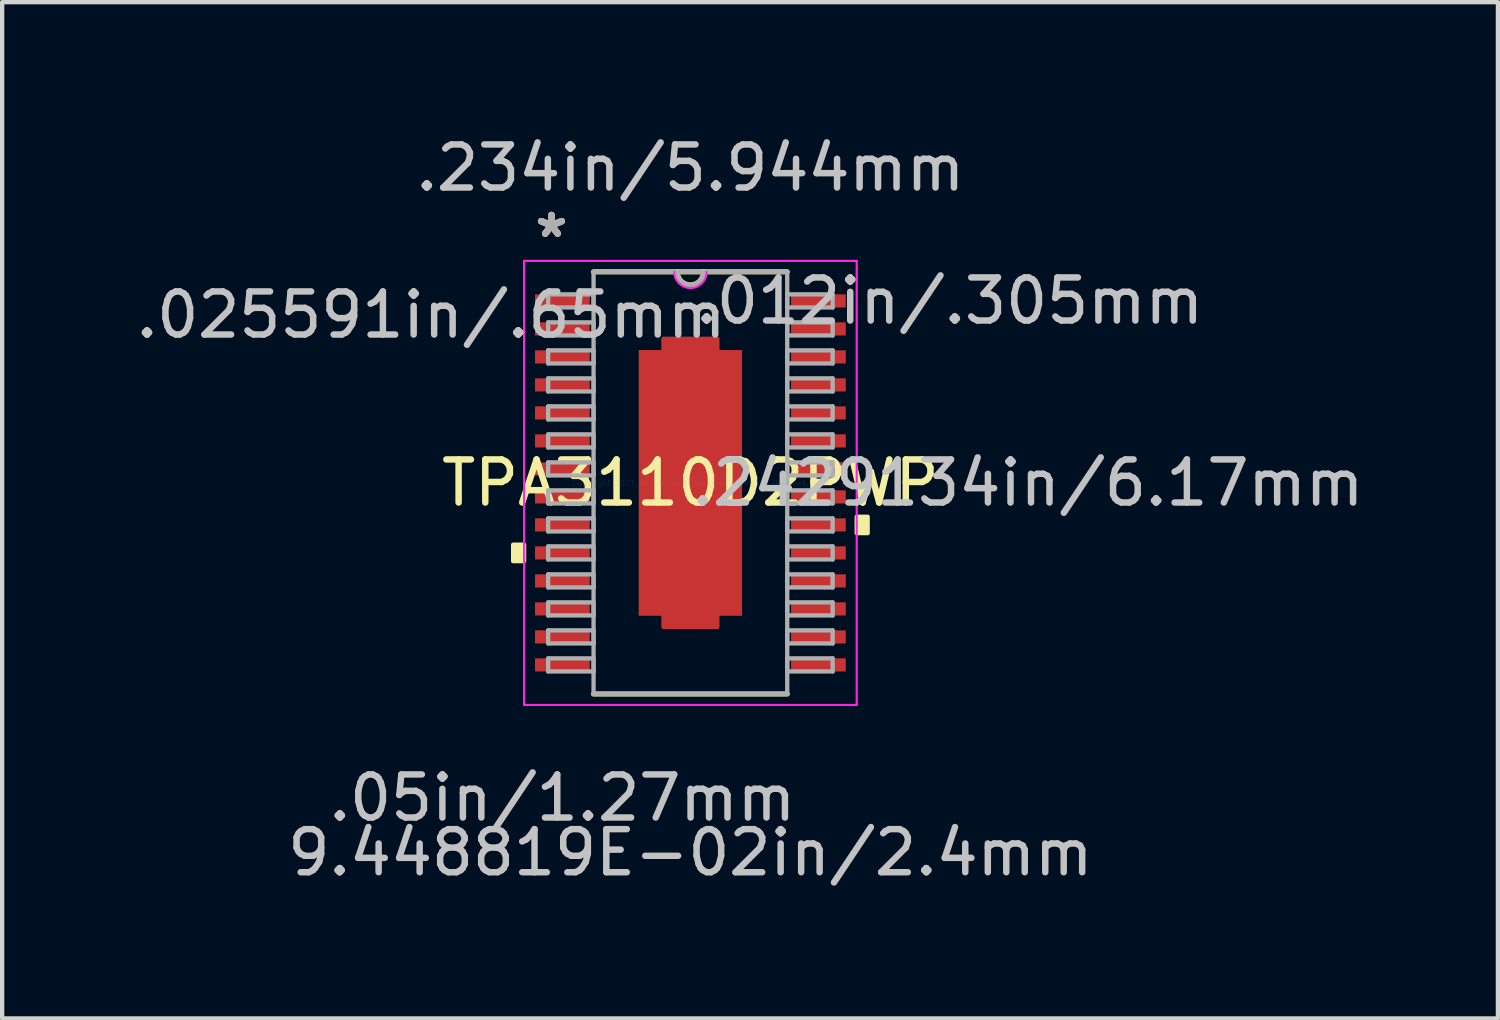
<source format=kicad_pcb>
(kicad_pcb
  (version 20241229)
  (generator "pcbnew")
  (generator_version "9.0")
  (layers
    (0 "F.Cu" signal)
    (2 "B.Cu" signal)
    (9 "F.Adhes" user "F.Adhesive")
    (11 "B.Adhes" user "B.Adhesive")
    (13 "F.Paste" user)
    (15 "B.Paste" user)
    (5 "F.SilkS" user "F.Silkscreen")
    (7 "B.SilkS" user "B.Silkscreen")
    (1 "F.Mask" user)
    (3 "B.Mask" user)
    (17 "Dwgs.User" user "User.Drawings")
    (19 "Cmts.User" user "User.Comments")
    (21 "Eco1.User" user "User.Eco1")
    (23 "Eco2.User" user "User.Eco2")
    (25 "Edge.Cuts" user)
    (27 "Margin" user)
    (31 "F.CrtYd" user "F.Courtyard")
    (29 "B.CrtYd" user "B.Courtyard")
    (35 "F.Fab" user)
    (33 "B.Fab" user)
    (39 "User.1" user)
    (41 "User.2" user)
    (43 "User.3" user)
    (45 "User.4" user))
  (footprint "TPA3110D2PWP"
    (layer "F.Cu")
    (at 12.978 8.161)
    (property "Reference" "TPA3110D2PWP" (at 0 0 0) (layer "F.SilkS") (effects (font (size 1 1) (thickness 0.15))))
    (attr through_hole)
    (fp_poly (pts (xy -0.625 -3.085) (xy -0.625 -3.345) (xy 0.625 -3.345) (xy 0.625 -3.085)) (stroke (width 0.1) (type solid)) (fill yes) (layer "F.Cu"))
    (fp_poly (pts (xy -0.625 3.085) (xy -0.625 3.345) (xy 0.625 3.345) (xy 0.625 3.085)) (stroke (width 0.1) (type solid)) (fill yes) (layer "F.Cu"))
    (fp_poly (pts (xy -0.625 -3.085) (xy -0.625 -3.345) (xy 0.625 -3.345) (xy 0.625 -3.085)) (stroke (width 0.1) (type solid)) (fill yes) (layer "F.Mask"))
    (fp_poly (pts (xy -0.625 3.085) (xy -0.625 3.345) (xy 0.625 3.345) (xy 0.625 3.085)) (stroke (width 0.1) (type solid)) (fill yes) (layer "F.Mask"))
    (fp_line (start -2.248 4.9) (end 2.248 4.9) (stroke (width 0.12) (type solid)) (layer "F.SilkS"))
    (fp_line (start 2.248 -4.9) (end -2.248 -4.9) (stroke (width 0.12) (type solid)) (layer "F.SilkS"))
    (fp_arc (start 0.3048 -4.900003) (mid 0 -4.595203) (end -0.3048 -4.900003) (stroke (width 0.12) (type solid)) (layer "F.SilkS"))
    (fp_poly (pts (xy -4.115 1.435) (xy -4.115 1.816) (xy -3.861 1.816) (xy -3.861 1.435)) (stroke (width 0.1) (type solid)) (fill yes) (layer "F.SilkS"))
    (fp_poly (pts (xy 4.115 0.785) (xy 4.115 1.166) (xy 3.861 1.166) (xy 3.861 0.785)) (stroke (width 0.1) (type solid)) (fill yes) (layer "F.SilkS"))
    (fp_line (start -3.861 -5.154) (end 3.861 -5.154) (stroke (width 0.05) (type solid)) (layer "F.CrtYd"))
    (fp_line (start -3.861 5.154) (end -3.861 -5.154) (stroke (width 0.05) (type solid)) (layer "F.CrtYd"))
    (fp_line (start 3.861 -5.154) (end 3.861 5.154) (stroke (width 0.05) (type solid)) (layer "F.CrtYd"))
    (fp_line (start 3.861 5.154) (end -3.861 5.154) (stroke (width 0.05) (type solid)) (layer "F.CrtYd"))
    (fp_arc (start 0.37465 -4.900003) (mid 0 -4.525353) (end -0.37465 -4.900003) (stroke (width 0.05) (type solid)) (layer "F.CrtYd"))
    (fp_line (start -3.302 -4.377) (end -3.302 -4.073) (stroke (width 0.1) (type solid)) (layer "F.Fab"))
    (fp_line (start -3.302 -4.073) (end -2.248 -4.073) (stroke (width 0.1) (type solid)) (layer "F.Fab"))
    (fp_line (start -3.302 -3.727) (end -3.302 -3.423) (stroke (width 0.1) (type solid)) (layer "F.Fab"))
    (fp_line (start -3.302 -3.423) (end -2.248 -3.423) (stroke (width 0.1) (type solid)) (layer "F.Fab"))
    (fp_line (start -3.302 -3.077) (end -3.302 -2.773) (stroke (width 0.1) (type solid)) (layer "F.Fab"))
    (fp_line (start -3.302 -2.773) (end -2.248 -2.773) (stroke (width 0.1) (type solid)) (layer "F.Fab"))
    (fp_line (start -3.302 -2.427) (end -3.302 -2.123) (stroke (width 0.1) (type solid)) (layer "F.Fab"))
    (fp_line (start -3.302 -2.123) (end -2.248 -2.123) (stroke (width 0.1) (type solid)) (layer "F.Fab"))
    (fp_line (start -3.302 -1.777) (end -3.302 -1.473) (stroke (width 0.1) (type solid)) (layer "F.Fab"))
    (fp_line (start -3.302 -1.473) (end -2.248 -1.473) (stroke (width 0.1) (type solid)) (layer "F.Fab"))
    (fp_line (start -3.302 -1.127) (end -3.302 -0.823) (stroke (width 0.1) (type solid)) (layer "F.Fab"))
    (fp_line (start -3.302 -0.823) (end -2.248 -0.823) (stroke (width 0.1) (type solid)) (layer "F.Fab"))
    (fp_line (start -3.302 -0.477) (end -3.302 -0.173) (stroke (width 0.1) (type solid)) (layer "F.Fab"))
    (fp_line (start -3.302 -0.173) (end -2.248 -0.173) (stroke (width 0.1) (type solid)) (layer "F.Fab"))
    (fp_line (start -3.302 0.173) (end -3.302 0.477) (stroke (width 0.1) (type solid)) (layer "F.Fab"))
    (fp_line (start -3.302 0.477) (end -2.248 0.477) (stroke (width 0.1) (type solid)) (layer "F.Fab"))
    (fp_line (start -3.302 0.823) (end -3.302 1.127) (stroke (width 0.1) (type solid)) (layer "F.Fab"))
    (fp_line (start -3.302 1.127) (end -2.248 1.127) (stroke (width 0.1) (type solid)) (layer "F.Fab"))
    (fp_line (start -3.302 1.473) (end -3.302 1.777) (stroke (width 0.1) (type solid)) (layer "F.Fab"))
    (fp_line (start -3.302 1.777) (end -2.248 1.777) (stroke (width 0.1) (type solid)) (layer "F.Fab"))
    (fp_line (start -3.302 2.123) (end -3.302 2.427) (stroke (width 0.1) (type solid)) (layer "F.Fab"))
    (fp_line (start -3.302 2.427) (end -2.248 2.427) (stroke (width 0.1) (type solid)) (layer "F.Fab"))
    (fp_line (start -3.302 2.773) (end -3.302 3.077) (stroke (width 0.1) (type solid)) (layer "F.Fab"))
    (fp_line (start -3.302 3.077) (end -2.248 3.077) (stroke (width 0.1) (type solid)) (layer "F.Fab"))
    (fp_line (start -3.302 3.423) (end -3.302 3.727) (stroke (width 0.1) (type solid)) (layer "F.Fab"))
    (fp_line (start -3.302 3.727) (end -2.248 3.727) (stroke (width 0.1) (type solid)) (layer "F.Fab"))
    (fp_line (start -3.302 4.073) (end -3.302 4.377) (stroke (width 0.1) (type solid)) (layer "F.Fab"))
    (fp_line (start -3.302 4.377) (end -2.248 4.377) (stroke (width 0.1) (type solid)) (layer "F.Fab"))
    (fp_line (start -2.248 -4.9) (end -2.248 4.9) (stroke (width 0.1) (type solid)) (layer "F.Fab"))
    (fp_line (start -2.248 -4.377) (end -3.302 -4.377) (stroke (width 0.1) (type solid)) (layer "F.Fab"))
    (fp_line (start -2.248 -4.073) (end -2.248 -4.377) (stroke (width 0.1) (type solid)) (layer "F.Fab"))
    (fp_line (start -2.248 -3.727) (end -3.302 -3.727) (stroke (width 0.1) (type solid)) (layer "F.Fab"))
    (fp_line (start -2.248 -3.423) (end -2.248 -3.727) (stroke (width 0.1) (type solid)) (layer "F.Fab"))
    (fp_line (start -2.248 -3.077) (end -3.302 -3.077) (stroke (width 0.1) (type solid)) (layer "F.Fab"))
    (fp_line (start -2.248 -2.773) (end -2.248 -3.077) (stroke (width 0.1) (type solid)) (layer "F.Fab"))
    (fp_line (start -2.248 -2.427) (end -3.302 -2.427) (stroke (width 0.1) (type solid)) (layer "F.Fab"))
    (fp_line (start -2.248 -2.123) (end -2.248 -2.427) (stroke (width 0.1) (type solid)) (layer "F.Fab"))
    (fp_line (start -2.248 -1.777) (end -3.302 -1.777) (stroke (width 0.1) (type solid)) (layer "F.Fab"))
    (fp_line (start -2.248 -1.473) (end -2.248 -1.777) (stroke (width 0.1) (type solid)) (layer "F.Fab"))
    (fp_line (start -2.248 -1.127) (end -3.302 -1.127) (stroke (width 0.1) (type solid)) (layer "F.Fab"))
    (fp_line (start -2.248 -0.823) (end -2.248 -1.127) (stroke (width 0.1) (type solid)) (layer "F.Fab"))
    (fp_line (start -2.248 -0.477) (end -3.302 -0.477) (stroke (width 0.1) (type solid)) (layer "F.Fab"))
    (fp_line (start -2.248 -0.173) (end -2.248 -0.477) (stroke (width 0.1) (type solid)) (layer "F.Fab"))
    (fp_line (start -2.248 0.173) (end -3.302 0.173) (stroke (width 0.1) (type solid)) (layer "F.Fab"))
    (fp_line (start -2.248 0.477) (end -2.248 0.173) (stroke (width 0.1) (type solid)) (layer "F.Fab"))
    (fp_line (start -2.248 0.823) (end -3.302 0.823) (stroke (width 0.1) (type solid)) (layer "F.Fab"))
    (fp_line (start -2.248 1.127) (end -2.248 0.823) (stroke (width 0.1) (type solid)) (layer "F.Fab"))
    (fp_line (start -2.248 1.473) (end -3.302 1.473) (stroke (width 0.1) (type solid)) (layer "F.Fab"))
    (fp_line (start -2.248 1.777) (end -2.248 1.473) (stroke (width 0.1) (type solid)) (layer "F.Fab"))
    (fp_line (start -2.248 2.123) (end -3.302 2.123) (stroke (width 0.1) (type solid)) (layer "F.Fab"))
    (fp_line (start -2.248 2.427) (end -2.248 2.123) (stroke (width 0.1) (type solid)) (layer "F.Fab"))
    (fp_line (start -2.248 2.773) (end -3.302 2.773) (stroke (width 0.1) (type solid)) (layer "F.Fab"))
    (fp_line (start -2.248 3.077) (end -2.248 2.773) (stroke (width 0.1) (type solid)) (layer "F.Fab"))
    (fp_line (start -2.248 3.423) (end -3.302 3.423) (stroke (width 0.1) (type solid)) (layer "F.Fab"))
    (fp_line (start -2.248 3.727) (end -2.248 3.423) (stroke (width 0.1) (type solid)) (layer "F.Fab"))
    (fp_line (start -2.248 4.073) (end -3.302 4.073) (stroke (width 0.1) (type solid)) (layer "F.Fab"))
    (fp_line (start -2.248 4.377) (end -2.248 4.073) (stroke (width 0.1) (type solid)) (layer "F.Fab"))
    (fp_line (start -2.248 4.9) (end 2.248 4.9) (stroke (width 0.1) (type solid)) (layer "F.Fab"))
    (fp_line (start 2.248 -4.9) (end -2.248 -4.9) (stroke (width 0.1) (type solid)) (layer "F.Fab"))
    (fp_line (start 2.248 -4.377) (end 2.248 -4.073) (stroke (width 0.1) (type solid)) (layer "F.Fab"))
    (fp_line (start 2.248 -4.073) (end 3.302 -4.073) (stroke (width 0.1) (type solid)) (layer "F.Fab"))
    (fp_line (start 2.248 -3.727) (end 2.248 -3.423) (stroke (width 0.1) (type solid)) (layer "F.Fab"))
    (fp_line (start 2.248 -3.423) (end 3.302 -3.423) (stroke (width 0.1) (type solid)) (layer "F.Fab"))
    (fp_line (start 2.248 -3.077) (end 2.248 -2.773) (stroke (width 0.1) (type solid)) (layer "F.Fab"))
    (fp_line (start 2.248 -2.773) (end 3.302 -2.773) (stroke (width 0.1) (type solid)) (layer "F.Fab"))
    (fp_line (start 2.248 -2.427) (end 2.248 -2.123) (stroke (width 0.1) (type solid)) (layer "F.Fab"))
    (fp_line (start 2.248 -2.123) (end 3.302 -2.123) (stroke (width 0.1) (type solid)) (layer "F.Fab"))
    (fp_line (start 2.248 -1.777) (end 2.248 -1.473) (stroke (width 0.1) (type solid)) (layer "F.Fab"))
    (fp_line (start 2.248 -1.473) (end 3.302 -1.473) (stroke (width 0.1) (type solid)) (layer "F.Fab"))
    (fp_line (start 2.248 -1.127) (end 2.248 -0.823) (stroke (width 0.1) (type solid)) (layer "F.Fab"))
    (fp_line (start 2.248 -0.823) (end 3.302 -0.823) (stroke (width 0.1) (type solid)) (layer "F.Fab"))
    (fp_line (start 2.248 -0.477) (end 2.248 -0.173) (stroke (width 0.1) (type solid)) (layer "F.Fab"))
    (fp_line (start 2.248 -0.173) (end 3.302 -0.173) (stroke (width 0.1) (type solid)) (layer "F.Fab"))
    (fp_line (start 2.248 0.173) (end 2.248 0.477) (stroke (width 0.1) (type solid)) (layer "F.Fab"))
    (fp_line (start 2.248 0.477) (end 3.302 0.477) (stroke (width 0.1) (type solid)) (layer "F.Fab"))
    (fp_line (start 2.248 0.823) (end 2.248 1.127) (stroke (width 0.1) (type solid)) (layer "F.Fab"))
    (fp_line (start 2.248 1.127) (end 3.302 1.127) (stroke (width 0.1) (type solid)) (layer "F.Fab"))
    (fp_line (start 2.248 1.473) (end 2.248 1.777) (stroke (width 0.1) (type solid)) (layer "F.Fab"))
    (fp_line (start 2.248 1.777) (end 3.302 1.777) (stroke (width 0.1) (type solid)) (layer "F.Fab"))
    (fp_line (start 2.248 2.123) (end 2.248 2.427) (stroke (width 0.1) (type solid)) (layer "F.Fab"))
    (fp_line (start 2.248 2.427) (end 3.302 2.427) (stroke (width 0.1) (type solid)) (layer "F.Fab"))
    (fp_line (start 2.248 2.773) (end 2.248 3.077) (stroke (width 0.1) (type solid)) (layer "F.Fab"))
    (fp_line (start 2.248 3.077) (end 3.302 3.077) (stroke (width 0.1) (type solid)) (layer "F.Fab"))
    (fp_line (start 2.248 3.423) (end 2.248 3.727) (stroke (width 0.1) (type solid)) (layer "F.Fab"))
    (fp_line (start 2.248 3.727) (end 3.302 3.727) (stroke (width 0.1) (type solid)) (layer "F.Fab"))
    (fp_line (start 2.248 4.073) (end 2.248 4.377) (stroke (width 0.1) (type solid)) (layer "F.Fab"))
    (fp_line (start 2.248 4.377) (end 3.302 4.377) (stroke (width 0.1) (type solid)) (layer "F.Fab"))
    (fp_line (start 2.248 4.9) (end 2.248 -4.9) (stroke (width 0.1) (type solid)) (layer "F.Fab"))
    (fp_line (start 3.302 -4.377) (end 2.248 -4.377) (stroke (width 0.1) (type solid)) (layer "F.Fab"))
    (fp_line (start 3.302 -4.073) (end 3.302 -4.377) (stroke (width 0.1) (type solid)) (layer "F.Fab"))
    (fp_line (start 3.302 -3.727) (end 2.248 -3.727) (stroke (width 0.1) (type solid)) (layer "F.Fab"))
    (fp_line (start 3.302 -3.423) (end 3.302 -3.727) (stroke (width 0.1) (type solid)) (layer "F.Fab"))
    (fp_line (start 3.302 -3.077) (end 2.248 -3.077) (stroke (width 0.1) (type solid)) (layer "F.Fab"))
    (fp_line (start 3.302 -2.773) (end 3.302 -3.077) (stroke (width 0.1) (type solid)) (layer "F.Fab"))
    (fp_line (start 3.302 -2.427) (end 2.248 -2.427) (stroke (width 0.1) (type solid)) (layer "F.Fab"))
    (fp_line (start 3.302 -2.123) (end 3.302 -2.427) (stroke (width 0.1) (type solid)) (layer "F.Fab"))
    (fp_line (start 3.302 -1.777) (end 2.248 -1.777) (stroke (width 0.1) (type solid)) (layer "F.Fab"))
    (fp_line (start 3.302 -1.473) (end 3.302 -1.777) (stroke (width 0.1) (type solid)) (layer "F.Fab"))
    (fp_line (start 3.302 -1.127) (end 2.248 -1.127) (stroke (width 0.1) (type solid)) (layer "F.Fab"))
    (fp_line (start 3.302 -0.823) (end 3.302 -1.127) (stroke (width 0.1) (type solid)) (layer "F.Fab"))
    (fp_line (start 3.302 -0.477) (end 2.248 -0.477) (stroke (width 0.1) (type solid)) (layer "F.Fab"))
    (fp_line (start 3.302 -0.173) (end 3.302 -0.477) (stroke (width 0.1) (type solid)) (layer "F.Fab"))
    (fp_line (start 3.302 0.173) (end 2.248 0.173) (stroke (width 0.1) (type solid)) (layer "F.Fab"))
    (fp_line (start 3.302 0.477) (end 3.302 0.173) (stroke (width 0.1) (type solid)) (layer "F.Fab"))
    (fp_line (start 3.302 0.823) (end 2.248 0.823) (stroke (width 0.1) (type solid)) (layer "F.Fab"))
    (fp_line (start 3.302 1.127) (end 3.302 0.823) (stroke (width 0.1) (type solid)) (layer "F.Fab"))
    (fp_line (start 3.302 1.473) (end 2.248 1.473) (stroke (width 0.1) (type solid)) (layer "F.Fab"))
    (fp_line (start 3.302 1.777) (end 3.302 1.473) (stroke (width 0.1) (type solid)) (layer "F.Fab"))
    (fp_line (start 3.302 2.123) (end 2.248 2.123) (stroke (width 0.1) (type solid)) (layer "F.Fab"))
    (fp_line (start 3.302 2.427) (end 3.302 2.123) (stroke (width 0.1) (type solid)) (layer "F.Fab"))
    (fp_line (start 3.302 2.773) (end 2.248 2.773) (stroke (width 0.1) (type solid)) (layer "F.Fab"))
    (fp_line (start 3.302 3.077) (end 3.302 2.773) (stroke (width 0.1) (type solid)) (layer "F.Fab"))
    (fp_line (start 3.302 3.423) (end 2.248 3.423) (stroke (width 0.1) (type solid)) (layer "F.Fab"))
    (fp_line (start 3.302 3.727) (end 3.302 3.423) (stroke (width 0.1) (type solid)) (layer "F.Fab"))
    (fp_line (start 3.302 4.073) (end 2.248 4.073) (stroke (width 0.1) (type solid)) (layer "F.Fab"))
    (fp_line (start 3.302 4.377) (end 3.302 4.073) (stroke (width 0.1) (type solid)) (layer "F.Fab"))
    (fp_arc (start 0.3048 -4.900003) (mid 0 -4.595203) (end -0.3048 -4.900003) (stroke (width 0.1) (type solid)) (layer "F.Fab"))
    (fp_text user "*" (at -3.226 -5.673 0) (layer "F.SilkS") (effects (font (size 1 1) (thickness 0.15))))
    (fp_text user "*" (at -3.226 -5.673 0) (layer "F.SilkS") (effects (font (size 1 1) (thickness 0.15))))
    (fp_text user ".2429134in/6.17mm" (at 7.836 0 0) (layer "Dwgs.User") (effects (font (size 1 1) (thickness 0.15))))
    (fp_text user ".012in/.305mm" (at 6.02 -4.225 0) (layer "Dwgs.User") (effects (font (size 1 1) (thickness 0.15))))
    (fp_text user ".05in/1.27mm" (at -2.972 7.313 0) (layer "Dwgs.User") (effects (font (size 1 1) (thickness 0.15))))
    (fp_text user "9.448819E-02in/2.4mm" (at 0 8.583 0) (layer "Dwgs.User") (effects (font (size 1 1) (thickness 0.15))))
    (fp_text user ".234in/5.944mm" (at 0 -7.313 0) (layer "Dwgs.User") (effects (font (size 1 1) (thickness 0.15))))
    (fp_text user ".025591in/.65mm" (at -6.02 -3.9 0) (layer "Dwgs.User") (effects (font (size 1 1) (thickness 0.15))))
    (fp_text user "Copyright 2021 Accelerated Designs. All rights reserved." (at 0 0 0) (layer "Cmts.User") (effects (font (size 0.127 0.127) (thickness 0.002))))
    (fp_text user "*" (at -3.226 -5.673 0) (layer "F.Fab") (effects (font (size 1 1) (thickness 0.15))))
    (fp_text user "*" (at -3.226 -5.673 0) (layer "F.Fab") (effects (font (size 1 1) (thickness 0.15))))
    (pad "1" smd rect (at -2.972 -4.225) (size 1.27 0.305) (layers "F.Cu" "F.Mask" "F.Paste"))
    (pad "2" smd rect (at -2.972 -3.575) (size 1.27 0.305) (layers "F.Cu" "F.Mask" "F.Paste"))
    (pad "3" smd rect (at -2.972 -2.925) (size 1.27 0.305) (layers "F.Cu" "F.Mask" "F.Paste"))
    (pad "4" smd rect (at -2.972 -2.275) (size 1.27 0.305) (layers "F.Cu" "F.Mask" "F.Paste"))
    (pad "5" smd rect (at -2.972 -1.625) (size 1.27 0.305) (layers "F.Cu" "F.Mask" "F.Paste"))
    (pad "6" smd rect (at -2.972 -0.975) (size 1.27 0.305) (layers "F.Cu" "F.Mask" "F.Paste"))
    (pad "7" smd rect (at -2.972 -0.325) (size 1.27 0.305) (layers "F.Cu" "F.Mask" "F.Paste"))
    (pad "8" smd rect (at -2.972 0.325) (size 1.27 0.305) (layers "F.Cu" "F.Mask" "F.Paste"))
    (pad "9" smd rect (at -2.972 0.975) (size 1.27 0.305) (layers "F.Cu" "F.Mask" "F.Paste"))
    (pad "10" smd rect (at -2.972 1.625) (size 1.27 0.305) (layers "F.Cu" "F.Mask" "F.Paste"))
    (pad "11" smd rect (at -2.972 2.275) (size 1.27 0.305) (layers "F.Cu" "F.Mask" "F.Paste"))
    (pad "12" smd rect (at -2.972 2.925) (size 1.27 0.305) (layers "F.Cu" "F.Mask" "F.Paste"))
    (pad "13" smd rect (at -2.972 3.575) (size 1.27 0.305) (layers "F.Cu" "F.Mask" "F.Paste"))
    (pad "14" smd rect (at -2.972 4.225) (size 1.27 0.305) (layers "F.Cu" "F.Mask" "F.Paste"))
    (pad "15" smd rect (at 2.972 4.225) (size 1.27 0.305) (layers "F.Cu" "F.Mask" "F.Paste"))
    (pad "16" smd rect (at 2.972 3.575) (size 1.27 0.305) (layers "F.Cu" "F.Mask" "F.Paste"))
    (pad "17" smd rect (at 2.972 2.925) (size 1.27 0.305) (layers "F.Cu" "F.Mask" "F.Paste"))
    (pad "18" smd rect (at 2.972 2.275) (size 1.27 0.305) (layers "F.Cu" "F.Mask" "F.Paste"))
    (pad "19" smd rect (at 2.972 1.625) (size 1.27 0.305) (layers "F.Cu" "F.Mask" "F.Paste"))
    (pad "20" smd rect (at 2.972 0.975) (size 1.27 0.305) (layers "F.Cu" "F.Mask" "F.Paste"))
    (pad "21" smd rect (at 2.972 0.325) (size 1.27 0.305) (layers "F.Cu" "F.Mask" "F.Paste"))
    (pad "22" smd rect (at 2.972 -0.325) (size 1.27 0.305) (layers "F.Cu" "F.Mask" "F.Paste"))
    (pad "23" smd rect (at 2.972 -0.975) (size 1.27 0.305) (layers "F.Cu" "F.Mask" "F.Paste"))
    (pad "24" smd rect (at 2.972 -1.625) (size 1.27 0.305) (layers "F.Cu" "F.Mask" "F.Paste"))
    (pad "25" smd rect (at 2.972 -2.275) (size 1.27 0.305) (layers "F.Cu" "F.Mask" "F.Paste"))
    (pad "26" smd rect (at 2.972 -2.925) (size 1.27 0.305) (layers "F.Cu" "F.Mask" "F.Paste"))
    (pad "27" smd rect (at 2.972 -3.575) (size 1.27 0.305) (layers "F.Cu" "F.Mask" "F.Paste"))
    (pad "28" smd rect (at 2.972 -4.225) (size 1.27 0.305) (layers "F.Cu" "F.Mask" "F.Paste"))
    (pad "29" smd rect (at 0 0) (size 2.4 6.17) (layers "F.Cu" "F.Mask" "F.Paste")))
  (gr_rect
    (start -3 -3)
    (end 31.725 20.593)
    (stroke (width 0.1) (type default))
    (fill no)
    (layer "Edge.Cuts")))
</source>
